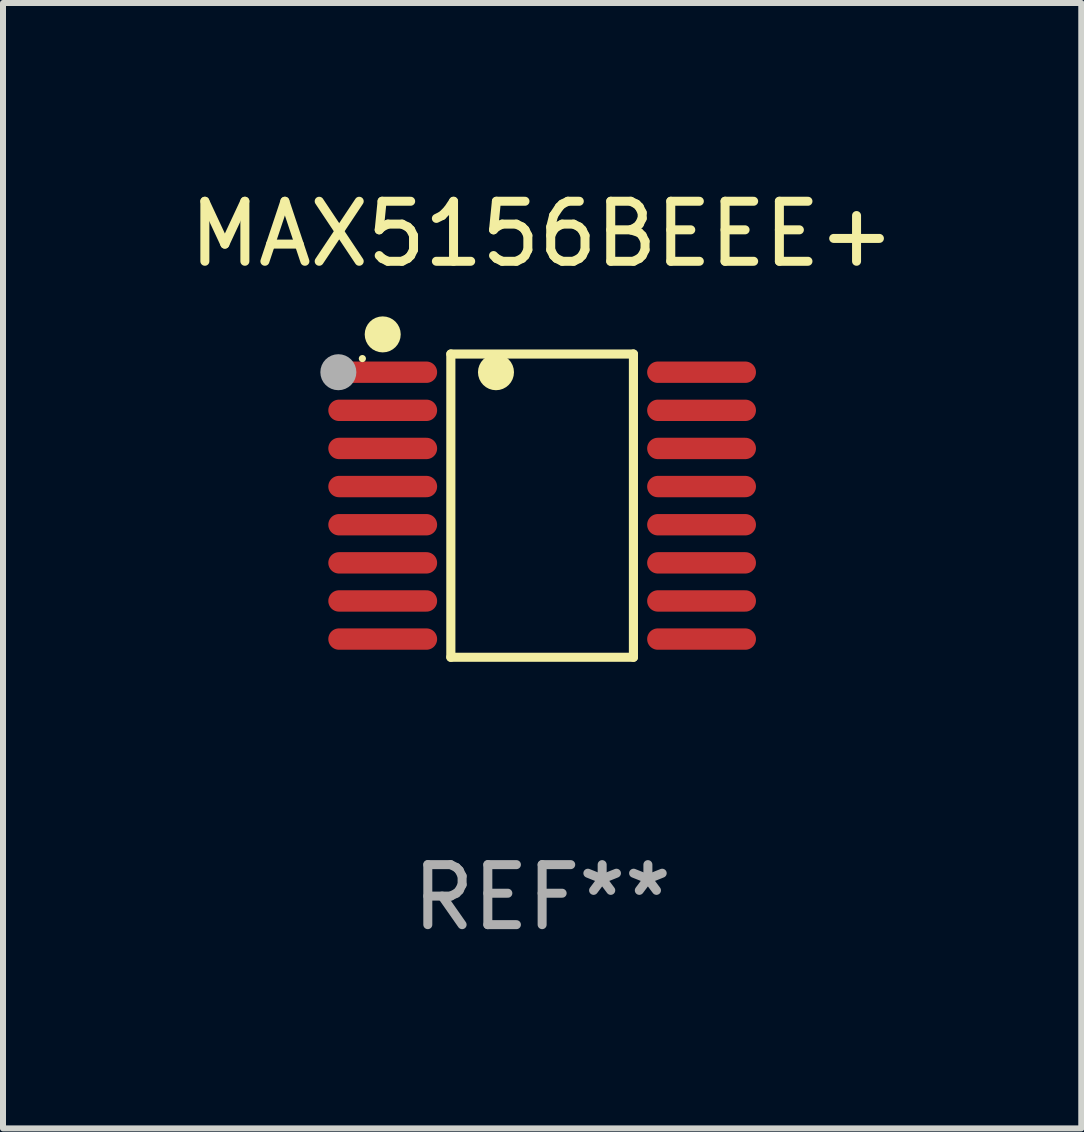
<source format=kicad_pcb>
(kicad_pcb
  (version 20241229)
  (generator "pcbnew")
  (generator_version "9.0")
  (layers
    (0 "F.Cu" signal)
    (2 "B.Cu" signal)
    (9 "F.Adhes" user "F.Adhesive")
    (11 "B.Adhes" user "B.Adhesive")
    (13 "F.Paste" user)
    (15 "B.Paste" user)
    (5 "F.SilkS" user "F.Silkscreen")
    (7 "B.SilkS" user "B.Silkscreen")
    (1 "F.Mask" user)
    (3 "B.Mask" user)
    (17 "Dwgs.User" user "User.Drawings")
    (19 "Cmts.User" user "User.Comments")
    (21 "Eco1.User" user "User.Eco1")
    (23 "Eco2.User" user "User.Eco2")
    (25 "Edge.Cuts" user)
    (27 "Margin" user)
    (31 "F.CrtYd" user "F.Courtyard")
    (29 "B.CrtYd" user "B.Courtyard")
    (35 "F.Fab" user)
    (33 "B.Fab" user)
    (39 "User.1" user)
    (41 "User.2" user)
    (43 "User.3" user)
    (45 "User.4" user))
  (footprint "MAX5156BEEE+"
    (layer "F.Cu")
    (at 5.982 5.374)
    (property "Reference" "MAX5156BEEE+" (at 0 -4.526 0) (layer "F.SilkS") (effects (font (size 1 1) (thickness 0.15))))
    (attr through_hole)
    (fp_line (start -1.521 -2.526) (end 1.521 -2.526) (stroke (width 0.152) (type solid)) (layer "F.SilkS"))
    (fp_line (start -1.521 2.526) (end -1.521 -2.526) (stroke (width 0.152) (type solid)) (layer "F.SilkS"))
    (fp_line (start 1.521 -2.526) (end 1.521 2.526) (stroke (width 0.152) (type solid)) (layer "F.SilkS"))
    (fp_line (start 1.521 2.526) (end -1.521 2.526) (stroke (width 0.152) (type solid)) (layer "F.SilkS"))
    (fp_circle (center -2.995 -2.45) (end -2.965 -2.45) (stroke (width 0.06) (type solid)) (fill no) (layer "F.SilkS"))
    (fp_circle (center -2.656 -2.853) (end -2.506 -2.853) (stroke (width 0.3) (type solid)) (fill no) (layer "F.SilkS"))
    (fp_circle (center -0.769 -2.223) (end -0.619 -2.223) (stroke (width 0.3) (type solid)) (fill no) (layer "F.SilkS"))
    (fp_circle (center -3.395 -2.223) (end -3.245 -2.223) (stroke (width 0.3) (type solid)) (fill no) (layer "F.Fab"))
    (fp_text user "REF**" (at 0 6.526 0) (layer "F.Fab") (effects (font (size 1 1) (thickness 0.15))))
    (pad "1" smd oval (at -2.656 -2.223 270) (size 0.356 1.813) (layers "F.Cu" "F.Mask" "F.Paste"))
    (pad "2" smd oval (at -2.656 -1.588 270) (size 0.356 1.813) (layers "F.Cu" "F.Mask" "F.Paste"))
    (pad "3" smd oval (at -2.656 -0.953 270) (size 0.356 1.813) (layers "F.Cu" "F.Mask" "F.Paste"))
    (pad "4" smd oval (at -2.656 -0.318 270) (size 0.356 1.813) (layers "F.Cu" "F.Mask" "F.Paste"))
    (pad "5" smd oval (at -2.656 0.318 270) (size 0.356 1.813) (layers "F.Cu" "F.Mask" "F.Paste"))
    (pad "6" smd oval (at -2.656 0.953 270) (size 0.356 1.813) (layers "F.Cu" "F.Mask" "F.Paste"))
    (pad "7" smd oval (at -2.656 1.588 270) (size 0.356 1.813) (layers "F.Cu" "F.Mask" "F.Paste"))
    (pad "8" smd oval (at -2.656 2.223 270) (size 0.356 1.813) (layers "F.Cu" "F.Mask" "F.Paste"))
    (pad "9" smd oval (at 2.656 2.223 270) (size 0.356 1.813) (layers "F.Cu" "F.Mask" "F.Paste"))
    (pad "10" smd oval (at 2.656 1.588 270) (size 0.356 1.813) (layers "F.Cu" "F.Mask" "F.Paste"))
    (pad "11" smd oval (at 2.656 0.953 270) (size 0.356 1.813) (layers "F.Cu" "F.Mask" "F.Paste"))
    (pad "12" smd oval (at 2.656 0.318 270) (size 0.356 1.813) (layers "F.Cu" "F.Mask" "F.Paste"))
    (pad "13" smd oval (at 2.656 -0.318 270) (size 0.356 1.813) (layers "F.Cu" "F.Mask" "F.Paste"))
    (pad "14" smd oval (at 2.656 -0.953 270) (size 0.356 1.813) (layers "F.Cu" "F.Mask" "F.Paste"))
    (pad "15" smd oval (at 2.656 -1.588 270) (size 0.356 1.813) (layers "F.Cu" "F.Mask" "F.Paste"))
    (pad "16" smd oval (at 2.656 -2.223 270) (size 0.356 1.813) (layers "F.Cu" "F.Mask" "F.Paste")))
  (gr_rect
    (start -3 -3)
    (end 14.964 15.749)
    (stroke (width 0.1) (type default))
    (fill no)
    (layer "Edge.Cuts")))
</source>
